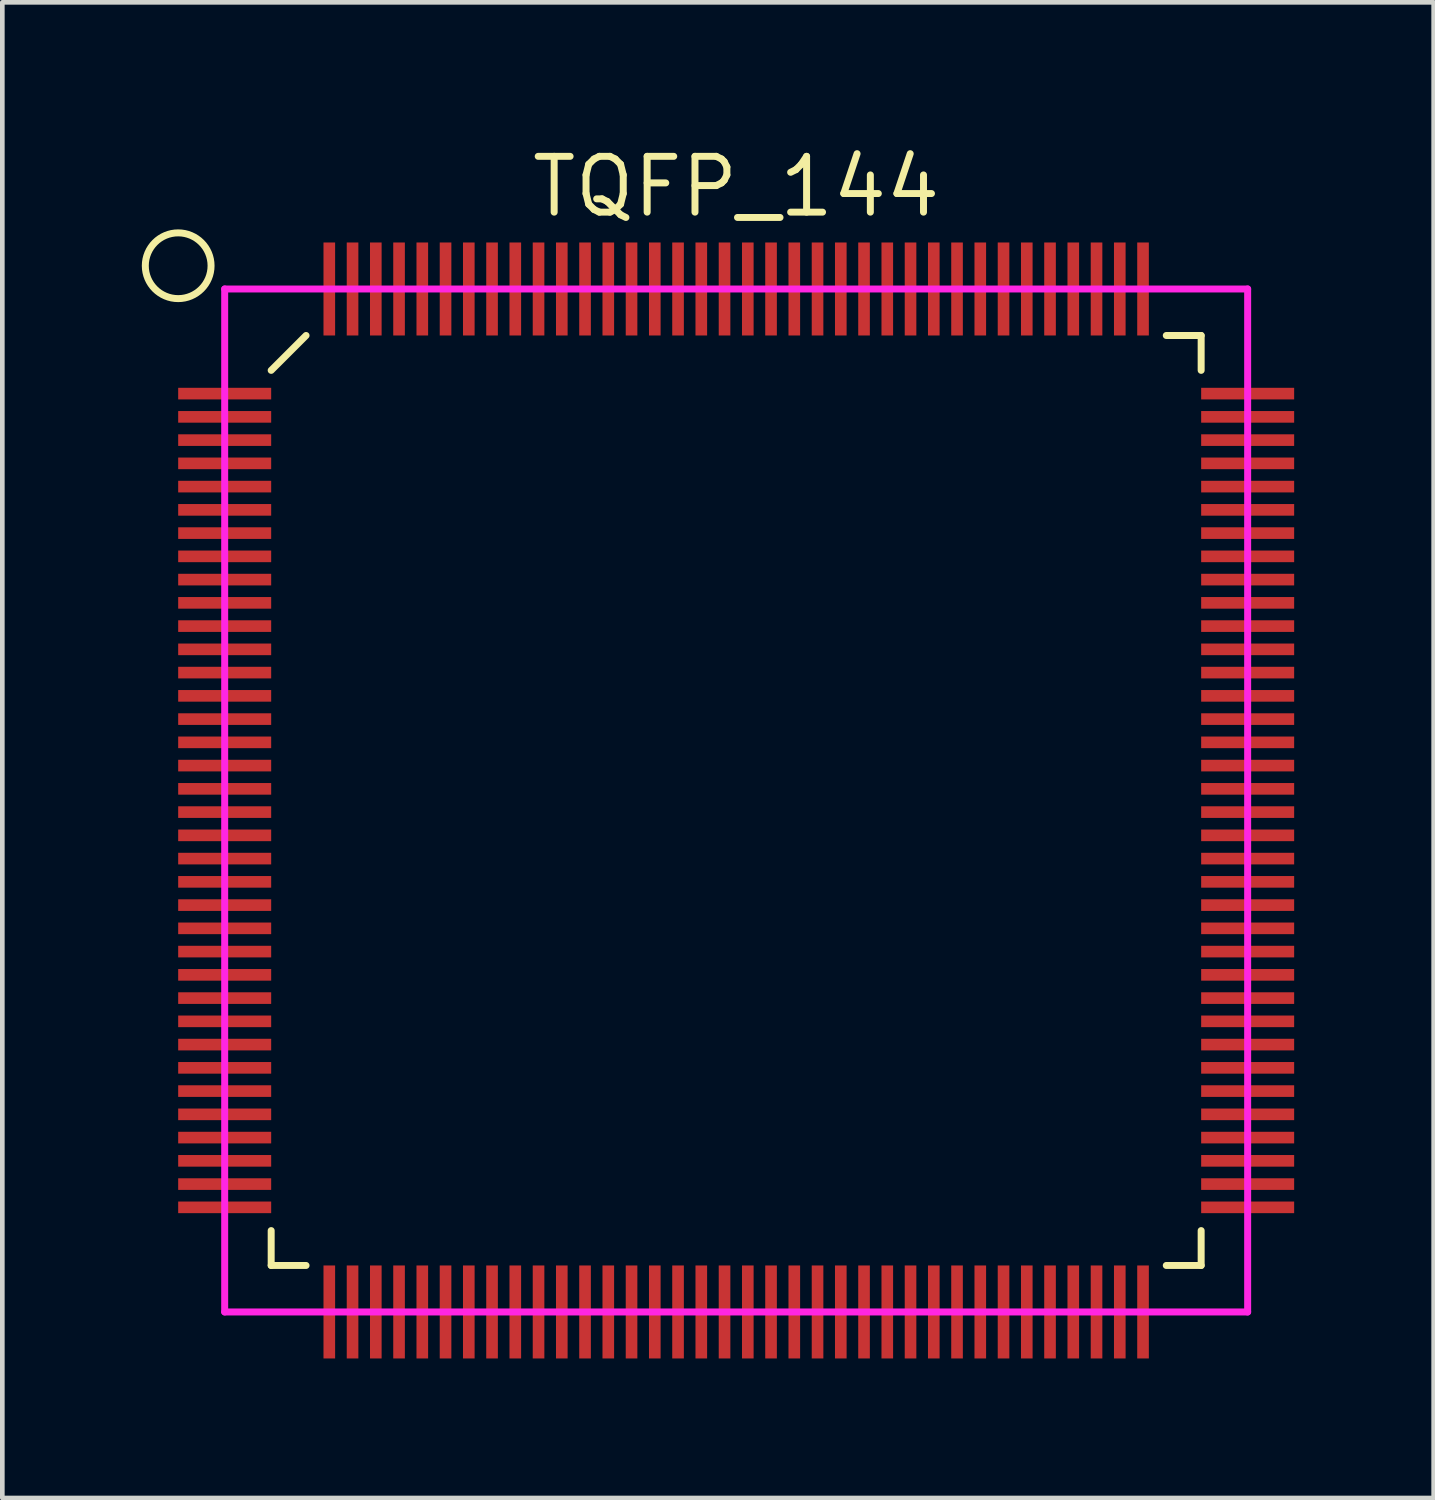
<source format=kicad_pcb>
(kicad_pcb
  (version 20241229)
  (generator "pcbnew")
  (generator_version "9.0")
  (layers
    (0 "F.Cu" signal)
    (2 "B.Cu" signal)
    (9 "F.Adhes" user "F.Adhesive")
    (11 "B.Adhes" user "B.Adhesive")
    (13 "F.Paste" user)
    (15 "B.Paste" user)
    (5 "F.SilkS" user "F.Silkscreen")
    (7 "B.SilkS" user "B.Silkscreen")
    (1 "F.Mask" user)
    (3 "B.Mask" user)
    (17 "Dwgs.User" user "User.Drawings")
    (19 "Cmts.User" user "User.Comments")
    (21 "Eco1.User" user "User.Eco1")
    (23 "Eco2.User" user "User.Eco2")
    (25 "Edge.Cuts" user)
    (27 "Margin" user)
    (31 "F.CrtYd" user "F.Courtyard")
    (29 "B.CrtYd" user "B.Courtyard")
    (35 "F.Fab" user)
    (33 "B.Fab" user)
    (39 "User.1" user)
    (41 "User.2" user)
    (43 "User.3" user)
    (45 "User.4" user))
  (footprint "TQFP_144"
    (layer "F.Cu")
    (at 12.782 14.165)
    (property "Reference" "TQFP_144" (at 0 -13.2 0) (layer "F.SilkS") (effects (font (size 1.2 1.2) (thickness 0.15))))
    (attr through_hole)
    (fp_line (start -10 -9.25) (end -9.25 -10) (stroke (width 0.15) (type solid)) (layer "F.SilkS"))
    (fp_line (start -10 10) (end -10 9.25) (stroke (width 0.15) (type solid)) (layer "F.SilkS"))
    (fp_line (start -9.25 10) (end -10 10) (stroke (width 0.15) (type solid)) (layer "F.SilkS"))
    (fp_line (start 9.25 -10) (end 10 -10) (stroke (width 0.15) (type solid)) (layer "F.SilkS"))
    (fp_line (start 9.25 10) (end 10 10) (stroke (width 0.15) (type solid)) (layer "F.SilkS"))
    (fp_line (start 10 -10) (end 10 -9.25) (stroke (width 0.15) (type solid)) (layer "F.SilkS"))
    (fp_line (start 10 10) (end 10 9.25) (stroke (width 0.15) (type solid)) (layer "F.SilkS"))
    (fp_circle (center -12 -11.5) (end -11.5 -11) (stroke (width 0.15) (type solid)) (fill no) (layer "F.SilkS"))
    (fp_line (start -11 -11) (end 11 -11) (stroke (width 0.15) (type solid)) (layer "F.CrtYd"))
    (fp_line (start -11 11) (end -11 -11) (stroke (width 0.15) (type solid)) (layer "F.CrtYd"))
    (fp_line (start 11 -11) (end 11 11) (stroke (width 0.15) (type solid)) (layer "F.CrtYd"))
    (fp_line (start 11 11) (end -11 11) (stroke (width 0.15) (type solid)) (layer "F.CrtYd"))
    (pad "1" smd rect (at -11 -8.75 90) (size 0.25 2) (layers "F.Cu" "F.Mask" "F.Paste"))
    (pad "2" smd rect (at -11 -8.25 90) (size 0.25 2) (layers "F.Cu" "F.Mask" "F.Paste"))
    (pad "3" smd rect (at -11 -7.75 90) (size 0.25 2) (layers "F.Cu" "F.Mask" "F.Paste"))
    (pad "4" smd rect (at -11 -7.25 90) (size 0.25 2) (layers "F.Cu" "F.Mask" "F.Paste"))
    (pad "5" smd rect (at -11 -6.75 90) (size 0.25 2) (layers "F.Cu" "F.Mask" "F.Paste"))
    (pad "6" smd rect (at -11 -6.25 90) (size 0.25 2) (layers "F.Cu" "F.Mask" "F.Paste"))
    (pad "7" smd rect (at -11 -5.75 90) (size 0.25 2) (layers "F.Cu" "F.Mask" "F.Paste"))
    (pad "8" smd rect (at -11 -5.25 90) (size 0.25 2) (layers "F.Cu" "F.Mask" "F.Paste"))
    (pad "9" smd rect (at -11 -4.75 90) (size 0.25 2) (layers "F.Cu" "F.Mask" "F.Paste"))
    (pad "10" smd rect (at -11 -4.25 90) (size 0.25 2) (layers "F.Cu" "F.Mask" "F.Paste"))
    (pad "11" smd rect (at -11 -3.75 90) (size 0.25 2) (layers "F.Cu" "F.Mask" "F.Paste"))
    (pad "12" smd rect (at -11 -3.25 90) (size 0.25 2) (layers "F.Cu" "F.Mask" "F.Paste"))
    (pad "13" smd rect (at -11 -2.75 90) (size 0.25 2) (layers "F.Cu" "F.Mask" "F.Paste"))
    (pad "14" smd rect (at -11 -2.25 90) (size 0.25 2) (layers "F.Cu" "F.Mask" "F.Paste"))
    (pad "15" smd rect (at -11 -1.75 90) (size 0.25 2) (layers "F.Cu" "F.Mask" "F.Paste"))
    (pad "16" smd rect (at -11 -1.25 90) (size 0.25 2) (layers "F.Cu" "F.Mask" "F.Paste"))
    (pad "17" smd rect (at -11 -0.75 90) (size 0.25 2) (layers "F.Cu" "F.Mask" "F.Paste"))
    (pad "18" smd rect (at -11 -0.25 90) (size 0.25 2) (layers "F.Cu" "F.Mask" "F.Paste"))
    (pad "19" smd rect (at -11 0.25 90) (size 0.25 2) (layers "F.Cu" "F.Mask" "F.Paste"))
    (pad "20" smd rect (at -11 0.75 90) (size 0.25 2) (layers "F.Cu" "F.Mask" "F.Paste"))
    (pad "21" smd rect (at -11 1.25 90) (size 0.25 2) (layers "F.Cu" "F.Mask" "F.Paste"))
    (pad "22" smd rect (at -11 1.75 90) (size 0.25 2) (layers "F.Cu" "F.Mask" "F.Paste"))
    (pad "23" smd rect (at -11 2.25 90) (size 0.25 2) (layers "F.Cu" "F.Mask" "F.Paste"))
    (pad "24" smd rect (at -11 2.75 90) (size 0.25 2) (layers "F.Cu" "F.Mask" "F.Paste"))
    (pad "25" smd rect (at -11 3.25 90) (size 0.25 2) (layers "F.Cu" "F.Mask" "F.Paste"))
    (pad "26" smd rect (at -11 3.75 90) (size 0.25 2) (layers "F.Cu" "F.Mask" "F.Paste"))
    (pad "27" smd rect (at -11 4.25 90) (size 0.25 2) (layers "F.Cu" "F.Mask" "F.Paste"))
    (pad "28" smd rect (at -11 4.75 90) (size 0.25 2) (layers "F.Cu" "F.Mask" "F.Paste"))
    (pad "29" smd rect (at -11 5.25 90) (size 0.25 2) (layers "F.Cu" "F.Mask" "F.Paste"))
    (pad "30" smd rect (at -11 5.75 90) (size 0.25 2) (layers "F.Cu" "F.Mask" "F.Paste"))
    (pad "31" smd rect (at -11 6.25 90) (size 0.25 2) (layers "F.Cu" "F.Mask" "F.Paste"))
    (pad "32" smd rect (at -11 6.75 90) (size 0.25 2) (layers "F.Cu" "F.Mask" "F.Paste"))
    (pad "33" smd rect (at -11 7.25 90) (size 0.25 2) (layers "F.Cu" "F.Mask" "F.Paste"))
    (pad "34" smd rect (at -11 7.75 90) (size 0.25 2) (layers "F.Cu" "F.Mask" "F.Paste"))
    (pad "35" smd rect (at -11 8.25 90) (size 0.25 2) (layers "F.Cu" "F.Mask" "F.Paste"))
    (pad "36" smd rect (at -11 8.75 90) (size 0.25 2) (layers "F.Cu" "F.Mask" "F.Paste"))
    (pad "37" smd rect (at -8.75 11) (size 0.25 2) (layers "F.Cu" "F.Mask" "F.Paste"))
    (pad "38" smd rect (at -8.25 11) (size 0.25 2) (layers "F.Cu" "F.Mask" "F.Paste"))
    (pad "39" smd rect (at -7.75 11) (size 0.25 2) (layers "F.Cu" "F.Mask" "F.Paste"))
    (pad "40" smd rect (at -7.25 11) (size 0.25 2) (layers "F.Cu" "F.Mask" "F.Paste"))
    (pad "41" smd rect (at -6.75 11) (size 0.25 2) (layers "F.Cu" "F.Mask" "F.Paste"))
    (pad "42" smd rect (at -6.25 11) (size 0.25 2) (layers "F.Cu" "F.Mask" "F.Paste"))
    (pad "43" smd rect (at -5.75 11) (size 0.25 2) (layers "F.Cu" "F.Mask" "F.Paste"))
    (pad "44" smd rect (at -5.25 11) (size 0.25 2) (layers "F.Cu" "F.Mask" "F.Paste"))
    (pad "45" smd rect (at -4.75 11) (size 0.25 2) (layers "F.Cu" "F.Mask" "F.Paste"))
    (pad "46" smd rect (at -4.25 11) (size 0.25 2) (layers "F.Cu" "F.Mask" "F.Paste"))
    (pad "47" smd rect (at -3.75 11) (size 0.25 2) (layers "F.Cu" "F.Mask" "F.Paste"))
    (pad "48" smd rect (at -3.25 11) (size 0.25 2) (layers "F.Cu" "F.Mask" "F.Paste"))
    (pad "49" smd rect (at -2.75 11) (size 0.25 2) (layers "F.Cu" "F.Mask" "F.Paste"))
    (pad "50" smd rect (at -2.25 11) (size 0.25 2) (layers "F.Cu" "F.Mask" "F.Paste"))
    (pad "51" smd rect (at -1.75 11) (size 0.25 2) (layers "F.Cu" "F.Mask" "F.Paste"))
    (pad "52" smd rect (at -1.25 11) (size 0.25 2) (layers "F.Cu" "F.Mask" "F.Paste"))
    (pad "53" smd rect (at -0.75 11) (size 0.25 2) (layers "F.Cu" "F.Mask" "F.Paste"))
    (pad "54" smd rect (at -0.25 11) (size 0.25 2) (layers "F.Cu" "F.Mask" "F.Paste"))
    (pad "55" smd rect (at 0.25 11) (size 0.25 2) (layers "F.Cu" "F.Mask" "F.Paste"))
    (pad "56" smd rect (at 0.75 11) (size 0.25 2) (layers "F.Cu" "F.Mask" "F.Paste"))
    (pad "57" smd rect (at 1.25 11) (size 0.25 2) (layers "F.Cu" "F.Mask" "F.Paste"))
    (pad "58" smd rect (at 1.75 11) (size 0.25 2) (layers "F.Cu" "F.Mask" "F.Paste"))
    (pad "59" smd rect (at 2.25 11) (size 0.25 2) (layers "F.Cu" "F.Mask" "F.Paste"))
    (pad "60" smd rect (at 2.75 11) (size 0.25 2) (layers "F.Cu" "F.Mask" "F.Paste"))
    (pad "61" smd rect (at 3.25 11) (size 0.25 2) (layers "F.Cu" "F.Mask" "F.Paste"))
    (pad "62" smd rect (at 3.75 11) (size 0.25 2) (layers "F.Cu" "F.Mask" "F.Paste"))
    (pad "63" smd rect (at 4.25 11) (size 0.25 2) (layers "F.Cu" "F.Mask" "F.Paste"))
    (pad "64" smd rect (at 4.75 11) (size 0.25 2) (layers "F.Cu" "F.Mask" "F.Paste"))
    (pad "65" smd rect (at 5.25 11) (size 0.25 2) (layers "F.Cu" "F.Mask" "F.Paste"))
    (pad "66" smd rect (at 5.75 11) (size 0.25 2) (layers "F.Cu" "F.Mask" "F.Paste"))
    (pad "67" smd rect (at 6.25 11) (size 0.25 2) (layers "F.Cu" "F.Mask" "F.Paste"))
    (pad "68" smd rect (at 6.75 11) (size 0.25 2) (layers "F.Cu" "F.Mask" "F.Paste"))
    (pad "69" smd rect (at 7.25 11) (size 0.25 2) (layers "F.Cu" "F.Mask" "F.Paste"))
    (pad "70" smd rect (at 7.75 11) (size 0.25 2) (layers "F.Cu" "F.Mask" "F.Paste"))
    (pad "71" smd rect (at 8.25 11) (size 0.25 2) (layers "F.Cu" "F.Mask" "F.Paste"))
    (pad "72" smd rect (at 8.75 11) (size 0.25 2) (layers "F.Cu" "F.Mask" "F.Paste"))
    (pad "73" smd rect (at 11 8.75 90) (size 0.25 2) (layers "F.Cu" "F.Mask" "F.Paste"))
    (pad "74" smd rect (at 11 8.25 90) (size 0.25 2) (layers "F.Cu" "F.Mask" "F.Paste"))
    (pad "75" smd rect (at 11 7.75 90) (size 0.25 2) (layers "F.Cu" "F.Mask" "F.Paste"))
    (pad "76" smd rect (at 11 7.25 90) (size 0.25 2) (layers "F.Cu" "F.Mask" "F.Paste"))
    (pad "77" smd rect (at 11 6.75 90) (size 0.25 2) (layers "F.Cu" "F.Mask" "F.Paste"))
    (pad "78" smd rect (at 11 6.25 90) (size 0.25 2) (layers "F.Cu" "F.Mask" "F.Paste"))
    (pad "79" smd rect (at 11 5.75 90) (size 0.25 2) (layers "F.Cu" "F.Mask" "F.Paste"))
    (pad "80" smd rect (at 11 5.25 90) (size 0.25 2) (layers "F.Cu" "F.Mask" "F.Paste"))
    (pad "81" smd rect (at 11 4.75 90) (size 0.25 2) (layers "F.Cu" "F.Mask" "F.Paste"))
    (pad "82" smd rect (at 11 4.25 90) (size 0.25 2) (layers "F.Cu" "F.Mask" "F.Paste"))
    (pad "83" smd rect (at 11 3.75 90) (size 0.25 2) (layers "F.Cu" "F.Mask" "F.Paste"))
    (pad "84" smd rect (at 11 3.25 90) (size 0.25 2) (layers "F.Cu" "F.Mask" "F.Paste"))
    (pad "85" smd rect (at 11 2.75 90) (size 0.25 2) (layers "F.Cu" "F.Mask" "F.Paste"))
    (pad "86" smd rect (at 11 2.25 90) (size 0.25 2) (layers "F.Cu" "F.Mask" "F.Paste"))
    (pad "87" smd rect (at 11 1.75 90) (size 0.25 2) (layers "F.Cu" "F.Mask" "F.Paste"))
    (pad "88" smd rect (at 11 1.25 90) (size 0.25 2) (layers "F.Cu" "F.Mask" "F.Paste"))
    (pad "89" smd rect (at 11 0.75 90) (size 0.25 2) (layers "F.Cu" "F.Mask" "F.Paste"))
    (pad "90" smd rect (at 11 0.25 90) (size 0.25 2) (layers "F.Cu" "F.Mask" "F.Paste"))
    (pad "91" smd rect (at 11 -0.25 90) (size 0.25 2) (layers "F.Cu" "F.Mask" "F.Paste"))
    (pad "92" smd rect (at 11 -0.75 90) (size 0.25 2) (layers "F.Cu" "F.Mask" "F.Paste"))
    (pad "93" smd rect (at 11 -1.25 90) (size 0.25 2) (layers "F.Cu" "F.Mask" "F.Paste"))
    (pad "94" smd rect (at 11 -1.75 90) (size 0.25 2) (layers "F.Cu" "F.Mask" "F.Paste"))
    (pad "95" smd rect (at 11 -2.25 90) (size 0.25 2) (layers "F.Cu" "F.Mask" "F.Paste"))
    (pad "96" smd rect (at 11 -2.75 90) (size 0.25 2) (layers "F.Cu" "F.Mask" "F.Paste"))
    (pad "97" smd rect (at 11 -3.25 90) (size 0.25 2) (layers "F.Cu" "F.Mask" "F.Paste"))
    (pad "98" smd rect (at 11 -3.75 90) (size 0.25 2) (layers "F.Cu" "F.Mask" "F.Paste"))
    (pad "99" smd rect (at 11 -4.25 90) (size 0.25 2) (layers "F.Cu" "F.Mask" "F.Paste"))
    (pad "100" smd rect (at 11 -4.75 90) (size 0.25 2) (layers "F.Cu" "F.Mask" "F.Paste"))
    (pad "101" smd rect (at 11 -5.25 90) (size 0.25 2) (layers "F.Cu" "F.Mask" "F.Paste"))
    (pad "102" smd rect (at 11 -5.75 90) (size 0.25 2) (layers "F.Cu" "F.Mask" "F.Paste"))
    (pad "103" smd rect (at 11 -6.25 90) (size 0.25 2) (layers "F.Cu" "F.Mask" "F.Paste"))
    (pad "104" smd rect (at 11 -6.75 90) (size 0.25 2) (layers "F.Cu" "F.Mask" "F.Paste"))
    (pad "105" smd rect (at 11 -7.25 90) (size 0.25 2) (layers "F.Cu" "F.Mask" "F.Paste"))
    (pad "106" smd rect (at 11 -7.75 90) (size 0.25 2) (layers "F.Cu" "F.Mask" "F.Paste"))
    (pad "107" smd rect (at 11 -8.25 90) (size 0.25 2) (layers "F.Cu" "F.Mask" "F.Paste"))
    (pad "108" smd rect (at 11 -8.75 90) (size 0.25 2) (layers "F.Cu" "F.Mask" "F.Paste"))
    (pad "109" smd rect (at 8.75 -11) (size 0.25 2) (layers "F.Cu" "F.Mask" "F.Paste"))
    (pad "110" smd rect (at 8.25 -11) (size 0.25 2) (layers "F.Cu" "F.Mask" "F.Paste"))
    (pad "111" smd rect (at 7.75 -11) (size 0.25 2) (layers "F.Cu" "F.Mask" "F.Paste"))
    (pad "112" smd rect (at 7.25 -11) (size 0.25 2) (layers "F.Cu" "F.Mask" "F.Paste"))
    (pad "113" smd rect (at 6.75 -11) (size 0.25 2) (layers "F.Cu" "F.Mask" "F.Paste"))
    (pad "114" smd rect (at 6.25 -11) (size 0.25 2) (layers "F.Cu" "F.Mask" "F.Paste"))
    (pad "115" smd rect (at 5.75 -11) (size 0.25 2) (layers "F.Cu" "F.Mask" "F.Paste"))
    (pad "116" smd rect (at 5.25 -11) (size 0.25 2) (layers "F.Cu" "F.Mask" "F.Paste"))
    (pad "117" smd rect (at 4.75 -11) (size 0.25 2) (layers "F.Cu" "F.Mask" "F.Paste"))
    (pad "118" smd rect (at 4.25 -11) (size 0.25 2) (layers "F.Cu" "F.Mask" "F.Paste"))
    (pad "119" smd rect (at 3.75 -11) (size 0.25 2) (layers "F.Cu" "F.Mask" "F.Paste"))
    (pad "120" smd rect (at 3.25 -11) (size 0.25 2) (layers "F.Cu" "F.Mask" "F.Paste"))
    (pad "121" smd rect (at 2.75 -11) (size 0.25 2) (layers "F.Cu" "F.Mask" "F.Paste"))
    (pad "122" smd rect (at 2.25 -11) (size 0.25 2) (layers "F.Cu" "F.Mask" "F.Paste"))
    (pad "123" smd rect (at 1.75 -11) (size 0.25 2) (layers "F.Cu" "F.Mask" "F.Paste"))
    (pad "124" smd rect (at 1.25 -11) (size 0.25 2) (layers "F.Cu" "F.Mask" "F.Paste"))
    (pad "125" smd rect (at 0.75 -11) (size 0.25 2) (layers "F.Cu" "F.Mask" "F.Paste"))
    (pad "126" smd rect (at 0.25 -11) (size 0.25 2) (layers "F.Cu" "F.Mask" "F.Paste"))
    (pad "127" smd rect (at -0.25 -11) (size 0.25 2) (layers "F.Cu" "F.Mask" "F.Paste"))
    (pad "128" smd rect (at -0.75 -11) (size 0.25 2) (layers "F.Cu" "F.Mask" "F.Paste"))
    (pad "129" smd rect (at -1.25 -11) (size 0.25 2) (layers "F.Cu" "F.Mask" "F.Paste"))
    (pad "130" smd rect (at -1.75 -11) (size 0.25 2) (layers "F.Cu" "F.Mask" "F.Paste"))
    (pad "131" smd rect (at -2.25 -11) (size 0.25 2) (layers "F.Cu" "F.Mask" "F.Paste"))
    (pad "132" smd rect (at -2.75 -11) (size 0.25 2) (layers "F.Cu" "F.Mask" "F.Paste"))
    (pad "133" smd rect (at -3.25 -11) (size 0.25 2) (layers "F.Cu" "F.Mask" "F.Paste"))
    (pad "134" smd rect (at -3.75 -11) (size 0.25 2) (layers "F.Cu" "F.Mask" "F.Paste"))
    (pad "135" smd rect (at -4.25 -11) (size 0.25 2) (layers "F.Cu" "F.Mask" "F.Paste"))
    (pad "136" smd rect (at -4.75 -11) (size 0.25 2) (layers "F.Cu" "F.Mask" "F.Paste"))
    (pad "137" smd rect (at -5.25 -11) (size 0.25 2) (layers "F.Cu" "F.Mask" "F.Paste"))
    (pad "138" smd rect (at -5.75 -11) (size 0.25 2) (layers "F.Cu" "F.Mask" "F.Paste"))
    (pad "139" smd rect (at -6.25 -11) (size 0.25 2) (layers "F.Cu" "F.Mask" "F.Paste"))
    (pad "140" smd rect (at -6.75 -11) (size 0.25 2) (layers "F.Cu" "F.Mask" "F.Paste"))
    (pad "141" smd rect (at -7.25 -11) (size 0.25 2) (layers "F.Cu" "F.Mask" "F.Paste"))
    (pad "142" smd rect (at -7.75 -11) (size 0.25 2) (layers "F.Cu" "F.Mask" "F.Paste"))
    (pad "143" smd rect (at -8.25 -11) (size 0.25 2) (layers "F.Cu" "F.Mask" "F.Paste"))
    (pad "144" smd rect (at -8.75 -11) (size 0.25 2) (layers "F.Cu" "F.Mask" "F.Paste")))
  (gr_rect
    (start -3 -3)
    (end 27.782 29.165)
    (stroke (width 0.1) (type default))
    (fill no)
    (layer "Edge.Cuts")))
</source>
